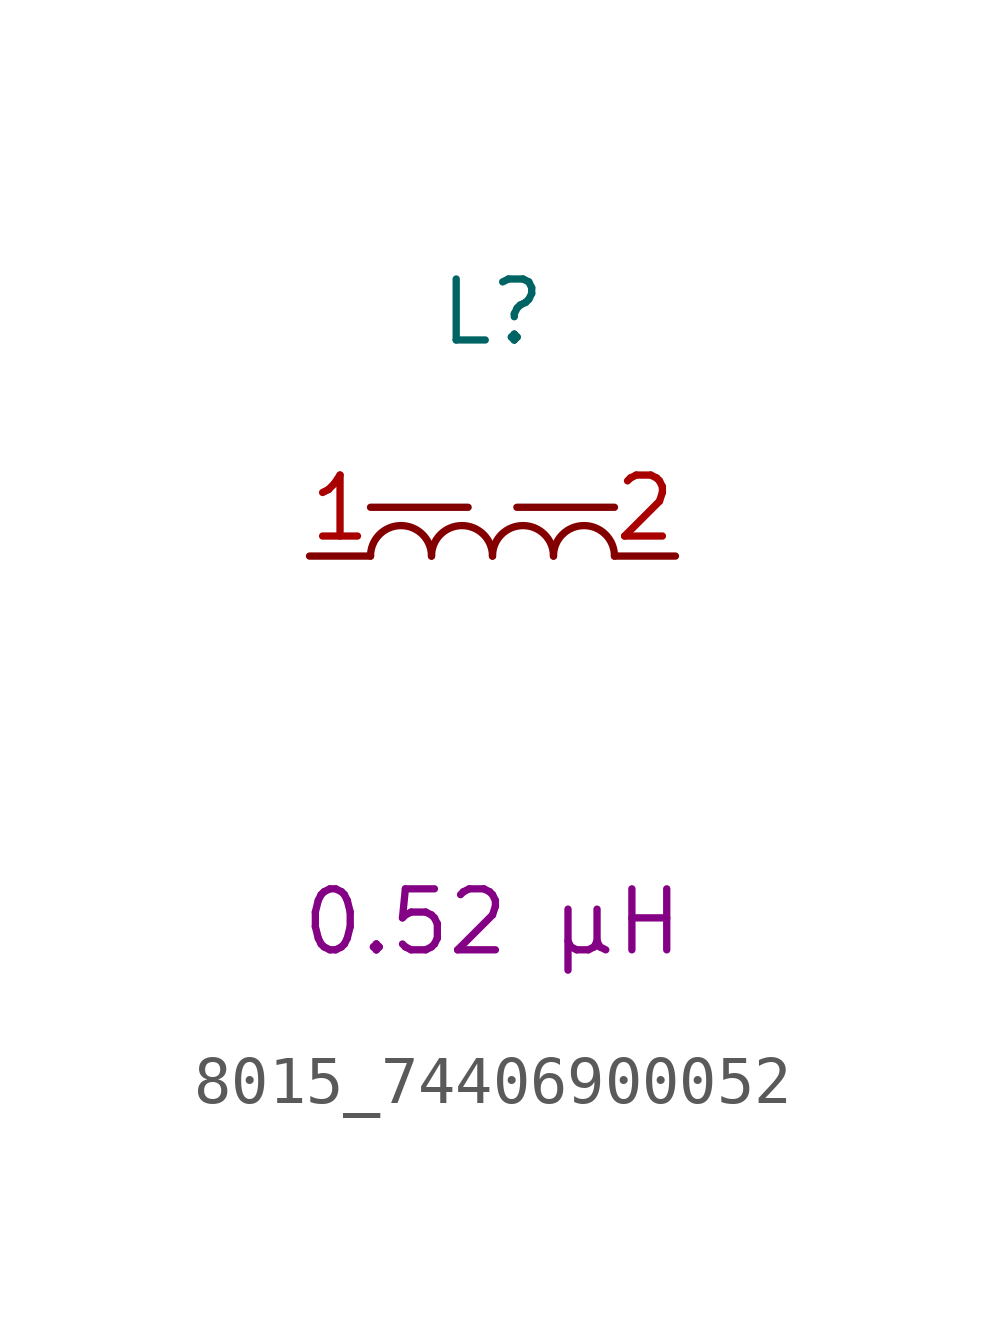
<source format=kicad_sym>
(kicad_symbol_lib
  (version 20220914)
  (generator kicad_symbol_editor)
  (symbol "8015_74406900052"
    (pin_names hide)
    (property "Reference" "L"
      (at 0 5.08 0)
      (effects (font (size 1.27 1.27))))
    (property "Critical Parameter" "0.52 µH"
      (at 0 -7.62 0)
      (effects (font (size 1.27 1.27))))
    (symbol "8015_74406900052_0_1"
      (arc (start -1.27 0) (mid -1.905 0.6323) (end -2.54 0) (stroke (width 0) (type default)) (fill (type none)))
      (arc (start 0 0) (mid -0.635 0.6323) (end -1.27 0) (stroke (width 0) (type default)) (fill (type none)))
      (polyline (pts (xy -2.54 1.016) (xy -0.508 1.016)) (stroke (width 0) (type default)) (fill (type none)))
      (arc (start 1.27 0) (mid 0.635 0.6323) (end 0 0) (stroke (width 0) (type default)) (fill (type none)))
      (arc (start 2.54 0) (mid 1.905 0.6323) (end 1.27 0) (stroke (width 0) (type default)) (fill (type none))))
    (symbol "8015_74406900052_1_1"
      (polyline (pts (xy 2.54 1.016) (xy 0.508 1.016)) (stroke (width 0) (type default)) (fill (type none)))
      (pin passive line (at -3.81 0 0) (length 1.27) (name "1" (effects (font (size 1.27 1.27)))) (number "1" (effects (font (size 1.27 1.27)))))
      (pin passive line (at 3.81 0 180) (length 1.27) (name "2" (effects (font (size 1.27 1.27)))) (number "2" (effects (font (size 1.27 1.27))))))))
</source>
